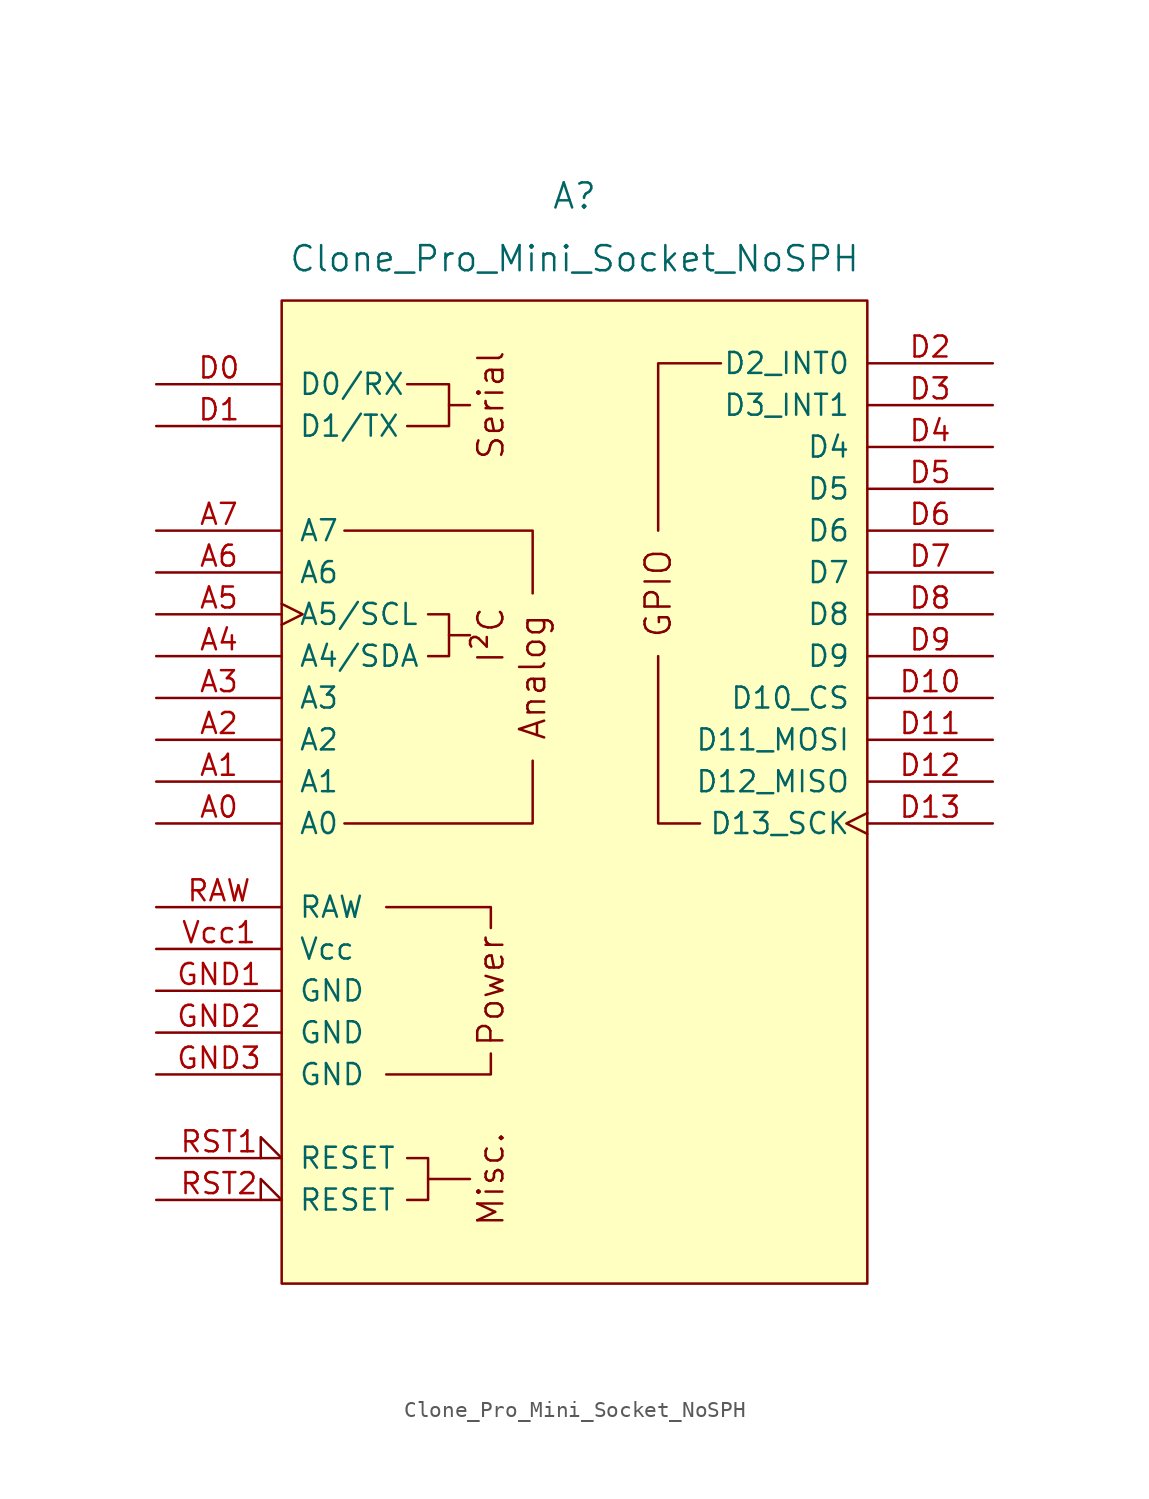
<source format=kicad_sym>
(kicad_symbol_lib
  (version 20220914)
  (generator kicad_symbol_editor)
  (symbol "Clone_Pro_Mini_Socket_NoSPH"
    (pin_names
      (offset 1.016))
    (property "Reference" "A"
      (at 0 36.83 0)
      (effects (font (size 1.524 1.524))))
    (property "Value" "Clone_Pro_Mini_Socket_NoSPH"
      (at 0 33.02 0)
      (effects (font (size 1.524 1.524))))
    (symbol "Clone_Pro_Mini_Socket_NoSPH_0_0"
      (rectangle (start -17.78 30.48) (end 17.78 -29.21) (stroke (width 0) (type default)) (fill (type background)))
      (polyline (pts (xy -7.62 10.16) (xy -6.35 10.16)) (stroke (width 0) (type default)) (fill (type none)))
      (polyline (pts (xy -7.62 24.13) (xy -6.35 24.13)) (stroke (width 0) (type default)) (fill (type none)))
      (polyline (pts (xy -6.35 -22.86) (xy -8.89 -22.86)) (stroke (width 0) (type default)) (fill (type none)))
      (polyline (pts (xy -11.43 -16.51) (xy -5.08 -16.51) (xy -5.08 -15.24)) (stroke (width 0) (type default)) (fill (type none)))
      (polyline (pts (xy -5.08 -7.62) (xy -5.08 -6.35) (xy -11.43 -6.35)) (stroke (width 0) (type default)) (fill (type none)))
      (polyline (pts (xy -2.54 2.54) (xy -2.54 -1.27) (xy -13.97 -1.27)) (stroke (width 0) (type default)) (fill (type none)))
      (polyline (pts (xy -2.54 12.7) (xy -2.54 16.51) (xy -13.97 16.51)) (stroke (width 0) (type default)) (fill (type none)))
      (polyline (pts (xy -10.16 25.4) (xy -7.62 25.4) (xy -7.62 22.86) (xy -10.16 22.86)) (stroke (width 0) (type default)) (fill (type none)))
      (polyline (pts (xy -8.89 11.43) (xy -7.62 11.43) (xy -7.62 8.89) (xy -8.89 8.89)) (stroke (width 0) (type default)) (fill (type none)))
      (text "Analog" (at -2.54 7.62 900) (effects (font (size 1.524 1.524))))
      (text "I²C" (at -5.08 10.16 900) (effects (font (size 1.524 1.524))))
      (text "Misc." (at -5.08 -22.86 900) (effects (font (size 1.524 1.524))))
      (text "Power" (at -5.08 -11.43 900) (effects (font (size 1.524 1.524))))
      (text "Serial" (at -5.08 24.13 900) (effects (font (size 1.524 1.524)))))
    (symbol "Clone_Pro_Mini_Socket_NoSPH_0_1"
      (polyline (pts (xy 7.62 -1.27) (xy 5.08 -1.27) (xy 5.08 8.89)) (stroke (width 0) (type default)) (fill (type none)))
      (polyline (pts (xy 8.89 26.67) (xy 5.08 26.67) (xy 5.08 16.51)) (stroke (width 0) (type default)) (fill (type none)))
      (polyline (pts (xy -10.16 -24.13) (xy -8.89 -24.13) (xy -8.89 -21.59) (xy -10.16 -21.59)) (stroke (width 0) (type default)) (fill (type none))))
    (symbol "Clone_Pro_Mini_Socket_NoSPH_1_0"
      (text "GPIO" (at 5.08 12.7 900) (effects (font (size 1.524 1.524)))))
    (symbol "Clone_Pro_Mini_Socket_NoSPH_1_1"
      (pin bidirectional line (at -25.4 -1.27 0) (length 7.62) (name "A0" (effects (font (size 1.27 1.27)))) (number "A0" (effects (font (size 1.27 1.27)))))
      (pin bidirectional line (at -25.4 1.27 0) (length 7.62) (name "A1" (effects (font (size 1.27 1.27)))) (number "A1" (effects (font (size 1.27 1.27)))))
      (pin bidirectional line (at -25.4 3.81 0) (length 7.62) (name "A2" (effects (font (size 1.27 1.27)))) (number "A2" (effects (font (size 1.27 1.27)))))
      (pin bidirectional line (at -25.4 6.35 0) (length 7.62) (name "A3" (effects (font (size 1.27 1.27)))) (number "A3" (effects (font (size 1.27 1.27)))))
      (pin bidirectional line (at -25.4 8.89 0) (length 7.62) (name "A4/SDA" (effects (font (size 1.27 1.27)))) (number "A4" (effects (font (size 1.27 1.27)))))
      (pin bidirectional clock (at -25.4 11.43 0) (length 7.62) (name "A5/SCL" (effects (font (size 1.27 1.27)))) (number "A5" (effects (font (size 1.27 1.27)))))
      (pin input line (at -25.4 13.97 0) (length 7.62) (name "A6" (effects (font (size 1.27 1.27)))) (number "A6" (effects (font (size 1.27 1.27)))))
      (pin input line (at -25.4 16.51 0) (length 7.62) (name "A7" (effects (font (size 1.27 1.27)))) (number "A7" (effects (font (size 1.27 1.27)))))
      (pin bidirectional line (at -25.4 25.4 0) (length 7.62) (name "D0/RX" (effects (font (size 1.27 1.27)))) (number "D0" (effects (font (size 1.27 1.27)))))
      (pin bidirectional line (at -25.4 22.86 0) (length 7.62) (name "D1/TX" (effects (font (size 1.27 1.27)))) (number "D1" (effects (font (size 1.27 1.27)))))
      (pin bidirectional line (at 25.4 6.35 180) (length 7.62) (name "D10_CS" (effects (font (size 1.27 1.27)))) (number "D10" (effects (font (size 1.27 1.27)))))
      (pin bidirectional line (at 25.4 3.81 180) (length 7.62) (name "D11_MOSI" (effects (font (size 1.27 1.27)))) (number "D11" (effects (font (size 1.27 1.27)))))
      (pin bidirectional line (at 25.4 1.27 180) (length 7.62) (name "D12_MISO" (effects (font (size 1.27 1.27)))) (number "D12" (effects (font (size 1.27 1.27)))))
      (pin bidirectional clock (at 25.4 -1.27 180) (length 7.62) (name "D13_SCK" (effects (font (size 1.27 1.27)))) (number "D13" (effects (font (size 1.27 1.27)))))
      (pin bidirectional line (at 25.4 26.67 180) (length 7.62) (name "D2_INT0" (effects (font (size 1.27 1.27)))) (number "D2" (effects (font (size 1.27 1.27)))))
      (pin bidirectional line (at 25.4 24.13 180) (length 7.62) (name "D3_INT1" (effects (font (size 1.27 1.27)))) (number "D3" (effects (font (size 1.27 1.27)))))
      (pin bidirectional line (at 25.4 21.59 180) (length 7.62) (name "D4" (effects (font (size 1.27 1.27)))) (number "D4" (effects (font (size 1.27 1.27)))))
      (pin bidirectional line (at 25.4 19.05 180) (length 7.62) (name "D5" (effects (font (size 1.27 1.27)))) (number "D5" (effects (font (size 1.27 1.27)))))
      (pin bidirectional line (at 25.4 16.51 180) (length 7.62) (name "D6" (effects (font (size 1.27 1.27)))) (number "D6" (effects (font (size 1.27 1.27)))))
      (pin bidirectional line (at 25.4 13.97 180) (length 7.62) (name "D7" (effects (font (size 1.27 1.27)))) (number "D7" (effects (font (size 1.27 1.27)))))
      (pin bidirectional line (at 25.4 11.43 180) (length 7.62) (name "D8" (effects (font (size 1.27 1.27)))) (number "D8" (effects (font (size 1.27 1.27)))))
      (pin bidirectional line (at 25.4 8.89 180) (length 7.62) (name "D9" (effects (font (size 1.27 1.27)))) (number "D9" (effects (font (size 1.27 1.27)))))
      (pin power_in line (at -25.4 -11.43 0) (length 7.62) (name "GND" (effects (font (size 1.27 1.27)))) (number "GND1" (effects (font (size 1.27 1.27)))))
      (pin power_in line (at -25.4 -13.97 0) (length 7.62) (name "GND" (effects (font (size 1.27 1.27)))) (number "GND2" (effects (font (size 1.27 1.27)))))
      (pin power_in line (at -25.4 -16.51 0) (length 7.62) (name "GND" (effects (font (size 1.27 1.27)))) (number "GND3" (effects (font (size 1.27 1.27)))))
      (pin power_in line (at -25.4 -6.35 0) (length 7.62) (name "RAW" (effects (font (size 1.27 1.27)))) (number "RAW" (effects (font (size 1.27 1.27)))))
      (pin open_collector input_low (at -25.4 -21.59 0) (length 7.62) (name "RESET" (effects (font (size 1.27 1.27)))) (number "RST1" (effects (font (size 1.27 1.27)))))
      (pin open_collector input_low (at -25.4 -24.13 0) (length 7.62) (name "RESET" (effects (font (size 1.27 1.27)))) (number "RST2" (effects (font (size 1.27 1.27)))))
      (pin power_in line (at -25.4 -8.89 0) (length 7.62) (name "Vcc" (effects (font (size 1.27 1.27)))) (number "Vcc1" (effects (font (size 1.27 1.27))))))))
</source>
